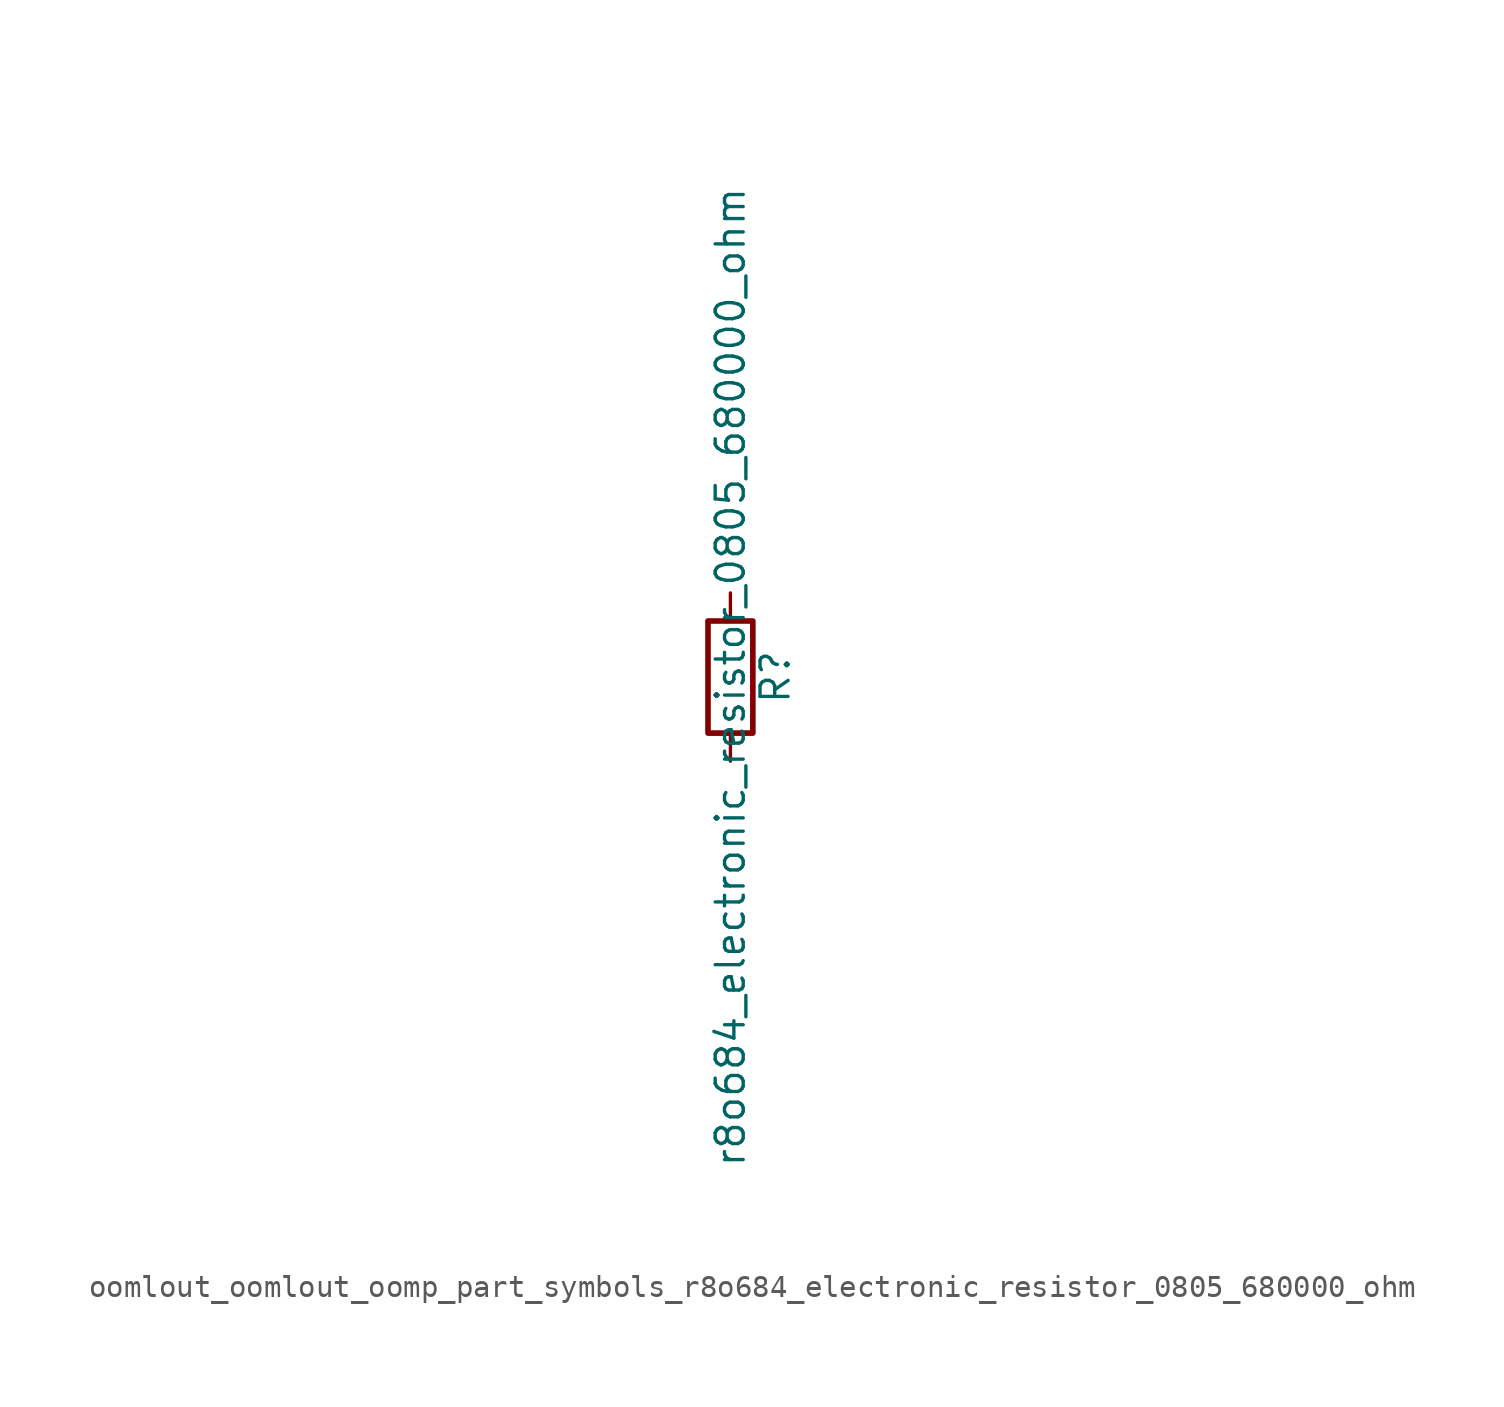
<source format=kicad_sym>
(kicad_symbol_lib
  (version 20220914)
  (generator kicad_symbol_editor)
  (symbol "oomlout_oomlout_oomp_part_symbols_r8o684_electronic_resistor_0805_680000_ohm"
    (pin_numbers hide)
    (pin_names
      (offset 0))
    (property "Reference" "R"
      (at 2.032 0 90)
      (effects (font (size 1.27 1.27))))
    (property "Value" "r8o684_electronic_resistor_0805_680000_ohm"
      (at 0 0 90)
      (effects (font (size 1.27 1.27))))
    (symbol "oomlout_oomlout_oomp_part_symbols_r8o684_electronic_resistor_0805_680000_ohm_0_1"
      (rectangle (start -1.016 -2.54) (end 1.016 2.54) (stroke (width 0.254) (type default)) (fill (type none))))
    (symbol "oomlout_oomlout_oomp_part_symbols_r8o684_electronic_resistor_0805_680000_ohm_1_1"
      (pin passive line (at 0 3.81 270) (length 1.27) (name "~" (effects (font (size 1.27 1.27)))) (number "1" (effects (font (size 1.27 1.27)))))
      (pin passive line (at 0 -3.81 90) (length 1.27) (name "~" (effects (font (size 1.27 1.27)))) (number "2" (effects (font (size 1.27 1.27))))))))
</source>
